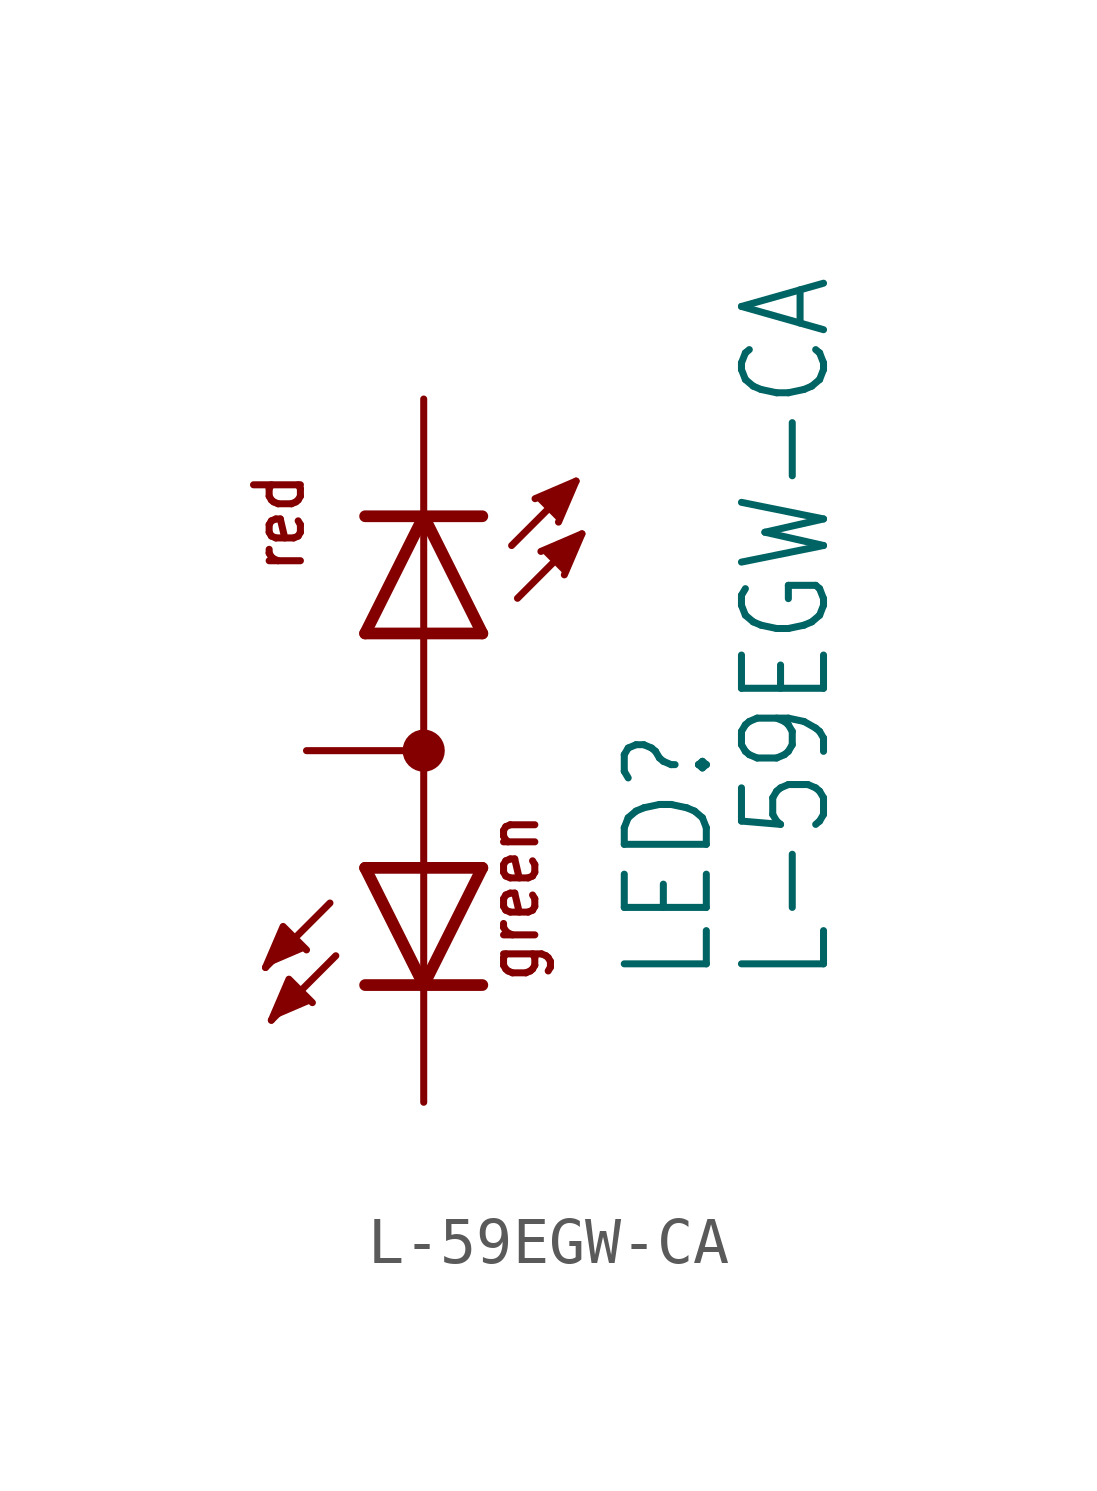
<source format=kicad_sym>
(kicad_symbol_lib
  (version 20211014)
  (generator kicad_symbol_editor)
  (symbol "L-59EGW-CA"
    (property "Reference" "LED"
      (at 6.35 -5.08 90)
      (effects (font (size 1.778 1.511)) (justify left bottom)))
    (property "Value" "L-59EGW-CA"
      (at 8.89 -5.08 90)
      (effects (font (size 1.778 1.511)) (justify left bottom)))
    (property "ki_locked" ""
      (at 0 0 0)
      (effects (font (size 1.27 1.27))))
    (symbol "L-59EGW-CA_1_0"
      (polyline (pts (xy -2.032 -3.302) (xy -3.429 -4.699)) (stroke (width 0.152) (type default) (color 0 0 0 0)) (fill (type none)))
      (polyline (pts (xy -1.905 -4.445) (xy -3.302 -5.842)) (stroke (width 0.152) (type default) (color 0 0 0 0)) (fill (type none)))
      (polyline (pts (xy -1.27 2.54) (xy 0 5.08)) (stroke (width 0.254) (type default) (color 0 0 0 0)) (fill (type none)))
      (polyline (pts (xy -1.27 2.54) (xy 1.27 2.54)) (stroke (width 0.254) (type default) (color 0 0 0 0)) (fill (type none)))
      (polyline (pts (xy -1.27 5.08) (xy 0 5.08)) (stroke (width 0.254) (type default) (color 0 0 0 0)) (fill (type none)))
      (polyline (pts (xy 0 -5.08) (xy -1.27 -5.08)) (stroke (width 0.254) (type default) (color 0 0 0 0)) (fill (type none)))
      (polyline (pts (xy 0 -5.08) (xy -1.27 -2.54)) (stroke (width 0.254) (type default) (color 0 0 0 0)) (fill (type none)))
      (polyline (pts (xy 0 -5.08) (xy 0 -2.54)) (stroke (width 0.152) (type default) (color 0 0 0 0)) (fill (type none)))
      (polyline (pts (xy 0 -2.54) (xy -1.27 -2.54)) (stroke (width 0.254) (type default) (color 0 0 0 0)) (fill (type none)))
      (polyline (pts (xy 0 5.08) (xy 0 -2.54)) (stroke (width 0.152) (type default) (color 0 0 0 0)) (fill (type none)))
      (polyline (pts (xy 0 5.08) (xy 1.27 2.54)) (stroke (width 0.254) (type default) (color 0 0 0 0)) (fill (type none)))
      (polyline (pts (xy 0 5.08) (xy 1.27 5.08)) (stroke (width 0.254) (type default) (color 0 0 0 0)) (fill (type none)))
      (polyline (pts (xy 1.27 -5.08) (xy 0 -5.08)) (stroke (width 0.254) (type default) (color 0 0 0 0)) (fill (type none)))
      (polyline (pts (xy 1.27 -2.54) (xy 0 -5.08)) (stroke (width 0.254) (type default) (color 0 0 0 0)) (fill (type none)))
      (polyline (pts (xy 1.27 -2.54) (xy 0 -2.54)) (stroke (width 0.254) (type default) (color 0 0 0 0)) (fill (type none)))
      (polyline (pts (xy 1.905 4.445) (xy 3.302 5.842)) (stroke (width 0.152) (type default) (color 0 0 0 0)) (fill (type none)))
      (polyline (pts (xy 2.032 3.302) (xy 3.429 4.699)) (stroke (width 0.152) (type default) (color 0 0 0 0)) (fill (type none)))
      (polyline (pts (xy -3.429 -4.699) (xy -3.048 -3.81) (xy -2.54 -4.318)) (stroke (width 0) (type default) (color 0 0 0 0)) (fill (type outline)))
      (polyline (pts (xy -3.302 -5.842) (xy -2.921 -4.953) (xy -2.413 -5.461)) (stroke (width 0) (type default) (color 0 0 0 0)) (fill (type outline)))
      (polyline (pts (xy 2.413 5.461) (xy 3.302 5.842) (xy 2.921 4.953)) (stroke (width 0) (type default) (color 0 0 0 0)) (fill (type outline)))
      (polyline (pts (xy 2.54 4.318) (xy 3.429 4.699) (xy 3.048 3.81)) (stroke (width 0) (type default) (color 0 0 0 0)) (fill (type outline)))
      (circle (center 0 0) (radius 0.254) (stroke (width 0.406) (type default) (color 0 0 0 0)) (fill (type none)))
      (text "green" (at 2.54 -5.08 900) (effects (font (size 1.016 0.864)) (justify left bottom)))
      (text "red" (at -2.54 3.81 900) (effects (font (size 1.016 0.864)) (justify left bottom)))
      (pin passive line (at 0 7.62 270) (length 2.54) (name "CR" (effects (font (size 0 0)))) (number "1" (effects (font (size 0 0)))))
      (pin passive line (at -2.54 0 0) (length 2.54) (name "A" (effects (font (size 0 0)))) (number "2" (effects (font (size 0 0)))))
      (pin passive line (at 0 -7.62 90) (length 2.54) (name "CG" (effects (font (size 0 0)))) (number "3" (effects (font (size 0 0))))))))
</source>
